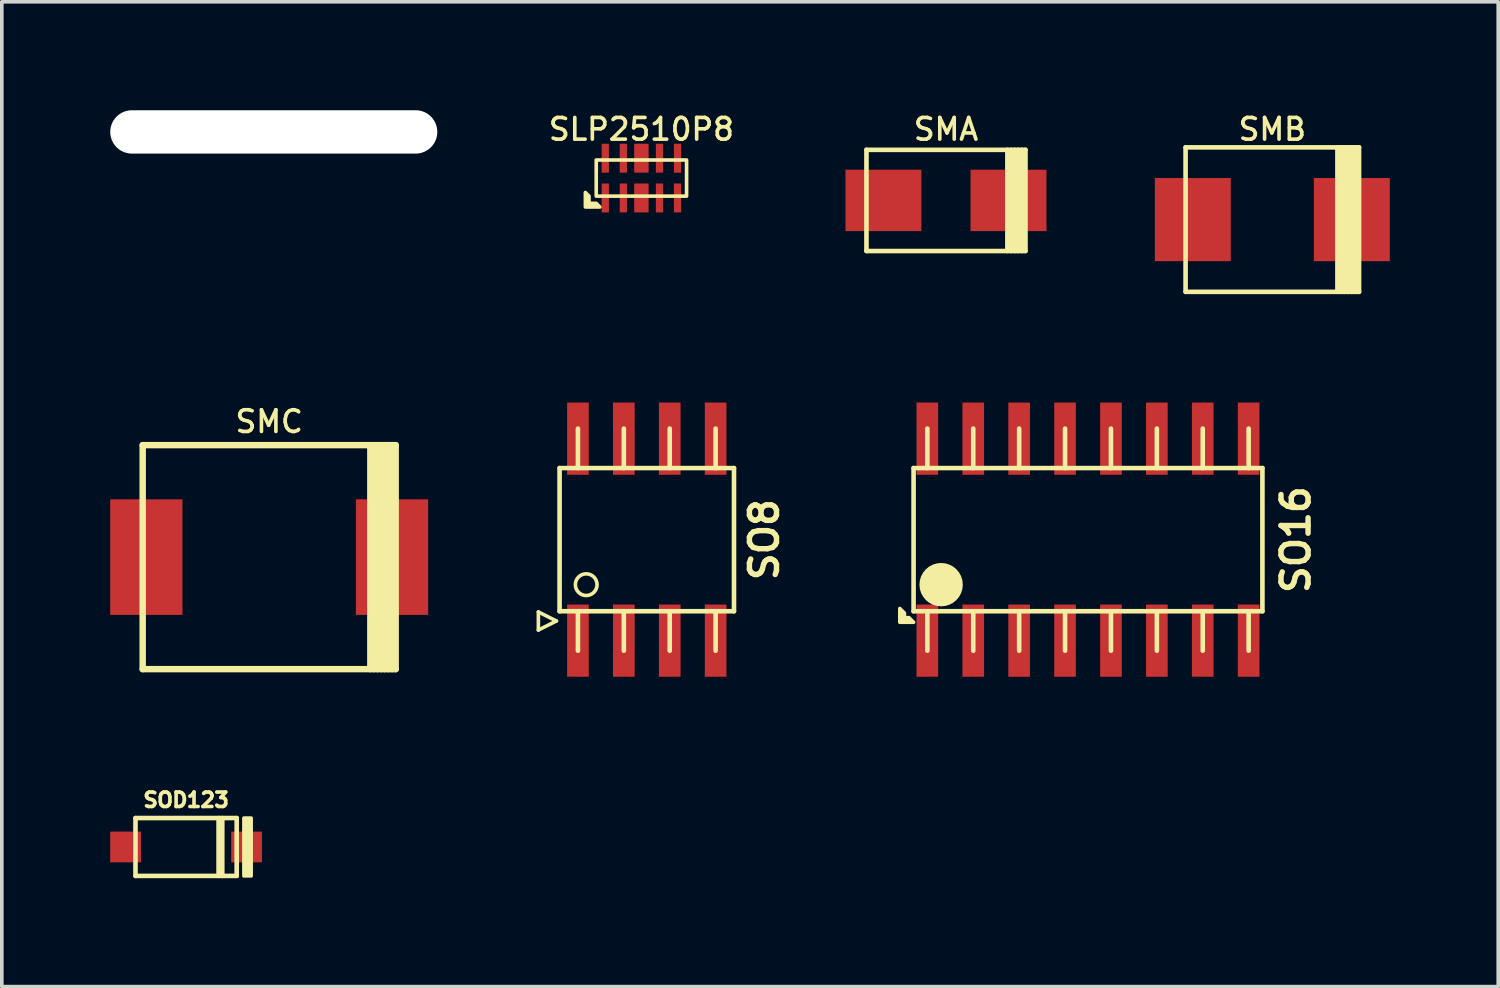
<source format=kicad_pcb>
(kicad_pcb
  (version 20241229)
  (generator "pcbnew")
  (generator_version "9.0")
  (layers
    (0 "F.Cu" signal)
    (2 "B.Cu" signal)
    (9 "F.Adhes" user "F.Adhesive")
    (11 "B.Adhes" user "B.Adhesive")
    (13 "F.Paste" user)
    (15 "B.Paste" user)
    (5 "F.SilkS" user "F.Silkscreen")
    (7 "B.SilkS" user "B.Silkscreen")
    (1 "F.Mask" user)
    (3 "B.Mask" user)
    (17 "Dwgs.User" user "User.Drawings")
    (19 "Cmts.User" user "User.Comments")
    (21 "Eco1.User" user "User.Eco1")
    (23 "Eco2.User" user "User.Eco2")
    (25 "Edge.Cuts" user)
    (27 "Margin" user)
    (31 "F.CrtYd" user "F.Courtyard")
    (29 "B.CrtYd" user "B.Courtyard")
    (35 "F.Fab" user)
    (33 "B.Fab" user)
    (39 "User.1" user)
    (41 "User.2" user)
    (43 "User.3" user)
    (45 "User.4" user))
  (footprint "SLOT"
    (layer "F.Cu")
    (at 4.525 0.6)
    (property "Reference" "SLOT" (at 2.5 0 0) (layer "F.SilkS") (effects (font (size 0.6 0.6) (thickness 0.1))))
    (attr through_hole)
    (pad "" np_thru_hole oval (at 0 0) (size 9.05 1.2) (drill oval 9.05 1.2) (layers "*.Cu" "*.Mask")))
  (footprint "SMB"
    (layer "F.Cu")
    (at 32.154 3.026)
    (property "Reference" "SMB" (at 0 -2.499 0) (layer "F.SilkS") (effects (font (size 0.6 0.6) (thickness 0.1))))
    (attr smd)
    (fp_line (start -2.4 -1.999) (end 2.4 -1.999) (stroke (width 0.127) (type solid)) (layer "F.SilkS"))
    (fp_line (start -2.4 1.999) (end -2.4 -1.999) (stroke (width 0.127) (type solid)) (layer "F.SilkS"))
    (fp_line (start 1.801 -1.999) (end 1.801 1.999) (stroke (width 0.127) (type solid)) (layer "F.SilkS"))
    (fp_line (start 1.9 -1.999) (end 1.9 1.999) (stroke (width 0.127) (type solid)) (layer "F.SilkS"))
    (fp_line (start 1.999 1.999) (end 1.999 -1.999) (stroke (width 0.127) (type solid)) (layer "F.SilkS"))
    (fp_line (start 2.101 -1.999) (end 2.101 1.999) (stroke (width 0.127) (type solid)) (layer "F.SilkS"))
    (fp_line (start 2.2 1.999) (end 2.2 -1.999) (stroke (width 0.127) (type solid)) (layer "F.SilkS"))
    (fp_line (start 2.301 -1.999) (end 2.301 1.999) (stroke (width 0.127) (type solid)) (layer "F.SilkS"))
    (fp_line (start 2.4 -1.999) (end 2.4 1.999) (stroke (width 0.127) (type solid)) (layer "F.SilkS"))
    (fp_line (start 2.4 1.999) (end -2.4 1.999) (stroke (width 0.127) (type solid)) (layer "F.SilkS"))
    (pad "1" smd rect (at 2.2 0) (size 2.1 2.301) (layers "F.Cu" "F.Mask" "F.Paste"))
    (pad "2" smd rect (at -2.2 0) (size 2.1 2.301) (layers "F.Cu" "F.Mask" "F.Paste")))
  (footprint "SO8"
    (layer "F.Cu")
    (at 14.846 11.882)
    (property "Reference" "SO8" (at 3.25 0 90) (layer "F.SilkS") (effects (font (size 0.749 0.749) (thickness 0.15))))
    (attr smd)
    (fp_line (start -3 2) (end -3 2.5) (stroke (width 0.1) (type default)) (layer "F.SilkS"))
    (fp_line (start -3 2.5) (end -2.5 2.25) (stroke (width 0.1) (type default)) (layer "F.SilkS"))
    (fp_line (start -2.5 2.25) (end -3 2) (stroke (width 0.1) (type default)) (layer "F.SilkS"))
    (fp_line (start -2.413 -1.981) (end -2.413 1.981) (stroke (width 0.127) (type solid)) (layer "F.SilkS"))
    (fp_line (start -2.413 1.981) (end 2.413 1.981) (stroke (width 0.127) (type solid)) (layer "F.SilkS"))
    (fp_line (start -1.905 -1.981) (end -1.905 -3.073) (stroke (width 0.127) (type solid)) (layer "F.SilkS"))
    (fp_line (start -1.905 3.073) (end -1.905 1.981) (stroke (width 0.127) (type solid)) (layer "F.SilkS"))
    (fp_line (start -0.635 -1.981) (end -0.635 -3.073) (stroke (width 0.127) (type solid)) (layer "F.SilkS"))
    (fp_line (start -0.635 3.073) (end -0.635 1.981) (stroke (width 0.127) (type solid)) (layer "F.SilkS"))
    (fp_line (start 0.635 -1.981) (end 0.635 -3.073) (stroke (width 0.127) (type solid)) (layer "F.SilkS"))
    (fp_line (start 0.635 3.073) (end 0.635 1.981) (stroke (width 0.127) (type solid)) (layer "F.SilkS"))
    (fp_line (start 1.905 -3.073) (end 1.905 -1.981) (stroke (width 0.127) (type solid)) (layer "F.SilkS"))
    (fp_line (start 1.905 1.981) (end 1.905 3.073) (stroke (width 0.127) (type solid)) (layer "F.SilkS"))
    (fp_line (start 2.413 -1.981) (end -2.413 -1.981) (stroke (width 0.127) (type solid)) (layer "F.SilkS"))
    (fp_line (start 2.413 1.981) (end 2.413 -1.981) (stroke (width 0.127) (type solid)) (layer "F.SilkS"))
    (fp_circle (center -1.676 1.245) (end -1.376 1.245) (stroke (width 0.1) (type solid)) (fill no) (layer "F.SilkS"))
    (pad "1" smd rect (at -1.905 2.794) (size 0.599 1.999) (layers "F.Cu" "F.Mask" "F.Paste"))
    (pad "2" smd rect (at -0.635 2.794) (size 0.599 1.999) (layers "F.Cu" "F.Mask" "F.Paste"))
    (pad "3" smd rect (at 0.635 2.794) (size 0.599 1.999) (layers "F.Cu" "F.Mask" "F.Paste"))
    (pad "4" smd rect (at 1.905 2.794) (size 0.599 1.999) (layers "F.Cu" "F.Mask" "F.Paste"))
    (pad "5" smd rect (at 1.905 -2.794) (size 0.599 1.999) (layers "F.Cu" "F.Mask" "F.Paste"))
    (pad "6" smd rect (at 0.635 -2.794) (size 0.599 1.999) (layers "F.Cu" "F.Mask" "F.Paste"))
    (pad "7" smd rect (at -0.635 -2.794) (size 0.599 1.999) (layers "F.Cu" "F.Mask" "F.Paste"))
    (pad "8" smd rect (at -1.905 -2.794) (size 0.599 1.999) (layers "F.Cu" "F.Mask" "F.Paste")))
  (footprint "SO16"
    (layer "F.Cu")
    (at 27.054 11.882)
    (property "Reference" "SO16" (at 5.75 0 90) (layer "F.SilkS") (effects (font (size 0.749 0.749) (thickness 0.15))))
    (attr smd)
    (fp_line (start -4.826 -1.981) (end -4.826 1.981) (stroke (width 0.127) (type solid)) (layer "F.SilkS"))
    (fp_line (start -4.826 1.981) (end 4.826 1.981) (stroke (width 0.127) (type solid)) (layer "F.SilkS"))
    (fp_line (start -4.445 -3.073) (end -4.445 -1.981) (stroke (width 0.127) (type solid)) (layer "F.SilkS"))
    (fp_line (start -4.445 1.981) (end -4.445 3.073) (stroke (width 0.127) (type solid)) (layer "F.SilkS"))
    (fp_line (start -3.175 -1.981) (end -3.175 -3.073) (stroke (width 0.127) (type solid)) (layer "F.SilkS"))
    (fp_line (start -3.175 3.073) (end -3.175 1.981) (stroke (width 0.127) (type solid)) (layer "F.SilkS"))
    (fp_line (start -1.905 -1.981) (end -1.905 -3.073) (stroke (width 0.127) (type solid)) (layer "F.SilkS"))
    (fp_line (start -1.905 3.073) (end -1.905 1.981) (stroke (width 0.127) (type solid)) (layer "F.SilkS"))
    (fp_line (start -0.635 -1.981) (end -0.635 -3.073) (stroke (width 0.127) (type solid)) (layer "F.SilkS"))
    (fp_line (start -0.635 3.073) (end -0.635 1.981) (stroke (width 0.127) (type solid)) (layer "F.SilkS"))
    (fp_line (start 0.635 -1.981) (end 0.635 -3.073) (stroke (width 0.127) (type solid)) (layer "F.SilkS"))
    (fp_line (start 0.635 3.073) (end 0.635 1.981) (stroke (width 0.127) (type solid)) (layer "F.SilkS"))
    (fp_line (start 1.905 -3.073) (end 1.905 -1.981) (stroke (width 0.127) (type solid)) (layer "F.SilkS"))
    (fp_line (start 1.905 1.981) (end 1.905 3.073) (stroke (width 0.127) (type solid)) (layer "F.SilkS"))
    (fp_line (start 3.175 -3.073) (end 3.175 -1.981) (stroke (width 0.127) (type solid)) (layer "F.SilkS"))
    (fp_line (start 3.175 1.981) (end 3.175 3.073) (stroke (width 0.127) (type solid)) (layer "F.SilkS"))
    (fp_line (start 4.445 -3.073) (end 4.445 -1.981) (stroke (width 0.127) (type solid)) (layer "F.SilkS"))
    (fp_line (start 4.445 1.981) (end 4.445 3.073) (stroke (width 0.127) (type solid)) (layer "F.SilkS"))
    (fp_line (start 4.826 -1.981) (end -4.826 -1.981) (stroke (width 0.127) (type solid)) (layer "F.SilkS"))
    (fp_line (start 4.826 1.981) (end 4.826 -1.981) (stroke (width 0.127) (type solid)) (layer "F.SilkS"))
    (fp_circle (center -4.064 1.245) (end -3.764 1.245) (stroke (width 0.6) (type solid)) (fill no) (layer "F.SilkS"))
    (fp_poly (pts (xy -5.08 2.032) (xy -5.08 2.159) (xy -4.953 2.159) (xy -4.826 2.286) (xy -5.207 2.286) (xy -5.207 1.905)) (stroke (width 0.1) (type solid)) (fill yes) (layer "F.SilkS"))
    (pad "1" smd rect (at -4.445 2.794) (size 0.599 1.999) (layers "F.Cu" "F.Mask" "F.Paste"))
    (pad "2" smd rect (at -3.175 2.794) (size 0.599 1.999) (layers "F.Cu" "F.Mask" "F.Paste"))
    (pad "3" smd rect (at -1.905 2.794) (size 0.599 1.999) (layers "F.Cu" "F.Mask" "F.Paste"))
    (pad "4" smd rect (at -0.635 2.794) (size 0.599 1.999) (layers "F.Cu" "F.Mask" "F.Paste"))
    (pad "5" smd rect (at 0.635 2.794) (size 0.599 1.999) (layers "F.Cu" "F.Mask" "F.Paste"))
    (pad "6" smd rect (at 1.905 2.794) (size 0.599 1.999) (layers "F.Cu" "F.Mask" "F.Paste"))
    (pad "7" smd rect (at 3.175 2.794) (size 0.599 1.999) (layers "F.Cu" "F.Mask" "F.Paste"))
    (pad "8" smd rect (at 4.445 2.794) (size 0.599 1.999) (layers "F.Cu" "F.Mask" "F.Paste"))
    (pad "9" smd rect (at 4.445 -2.794) (size 0.599 1.999) (layers "F.Cu" "F.Mask" "F.Paste"))
    (pad "10" smd rect (at 3.175 -2.794) (size 0.599 1.999) (layers "F.Cu" "F.Mask" "F.Paste"))
    (pad "11" smd rect (at 1.905 -2.794) (size 0.599 1.999) (layers "F.Cu" "F.Mask" "F.Paste"))
    (pad "12" smd rect (at 0.635 -2.794) (size 0.599 1.999) (layers "F.Cu" "F.Mask" "F.Paste"))
    (pad "13" smd rect (at -0.635 -2.794) (size 0.599 1.999) (layers "F.Cu" "F.Mask" "F.Paste"))
    (pad "14" smd rect (at -1.905 -2.794) (size 0.599 1.999) (layers "F.Cu" "F.Mask" "F.Paste"))
    (pad "15" smd rect (at -3.175 -2.794) (size 0.599 1.999) (layers "F.Cu" "F.Mask" "F.Paste"))
    (pad "16" smd rect (at -4.445 -2.794) (size 0.599 1.999) (layers "F.Cu" "F.Mask" "F.Paste")))
  (footprint "SLP2510P8"
    (layer "F.Cu")
    (at 14.697 1.877)
    (property "Reference" "SLP2510P8" (at 0 -1.35 0) (unlocked yes) (layer "F.SilkS") (effects (font (size 0.6 0.6) (thickness 0.1))))
    (attr smd)
    (fp_rect (start -1.25 -0.5) (end 1.25 0.5) (stroke (width 0.1) (type solid)) (fill no) (layer "F.SilkS"))
    (fp_poly (pts (xy -1.45 0.5) (xy -1.45 0.7) (xy -1.25 0.7) (xy -1.15 0.8) (xy -1.55 0.8) (xy -1.55 0.4)) (stroke (width 0.1) (type solid)) (fill yes) (layer "F.SilkS"))
    (pad "1" smd rect (at -1 0.55) (size 0.2 0.8) (layers "F.Cu" "F.Mask" "F.Paste"))
    (pad "2" smd rect (at -0.5 0.55) (size 0.2 0.8) (layers "F.Cu" "F.Mask" "F.Paste"))
    (pad "3" smd rect (at 0 0.55) (size 0.4 0.8) (layers "F.Cu" "F.Mask" "F.Paste"))
    (pad "4" smd rect (at 0.5 0.55) (size 0.2 0.8) (layers "F.Cu" "F.Mask" "F.Paste"))
    (pad "5" smd rect (at 1 0.55) (size 0.2 0.8) (layers "F.Cu" "F.Mask" "F.Paste"))
    (pad "6" smd rect (at 1 -0.55) (size 0.2 0.8) (layers "F.Cu" "F.Mask" "F.Paste"))
    (pad "7" smd rect (at 0.5 -0.55) (size 0.2 0.8) (layers "F.Cu" "F.Mask" "F.Paste"))
    (pad "8" smd rect (at 0 -0.55) (size 0.4 0.8) (layers "F.Cu" "F.Mask" "F.Paste"))
    (pad "9" smd rect (at -0.5 -0.55) (size 0.2 0.8) (layers "F.Cu" "F.Mask" "F.Paste"))
    (pad "10" smd rect (at -1 -0.55) (size 0.2 0.8) (layers "F.Cu" "F.Mask" "F.Paste")))
  (footprint "SMA"
    (layer "F.Cu")
    (at 23.124 2.495)
    (property "Reference" "SMA" (at 0 -1.968 0) (layer "F.SilkS") (effects (font (size 0.6 0.6) (thickness 0.1))))
    (attr smd)
    (fp_line (start -2.2 -1.4) (end -2.2 1.4) (stroke (width 0.127) (type solid)) (layer "F.SilkS"))
    (fp_line (start -2.2 1.4) (end 2.2 1.4) (stroke (width 0.127) (type solid)) (layer "F.SilkS"))
    (fp_line (start 1.699 -1.4) (end 1.699 1.4) (stroke (width 0.127) (type solid)) (layer "F.SilkS"))
    (fp_line (start 1.801 -1.4) (end 1.801 1.4) (stroke (width 0.127) (type solid)) (layer "F.SilkS"))
    (fp_line (start 1.9 1.4) (end 1.9 -1.4) (stroke (width 0.127) (type solid)) (layer "F.SilkS"))
    (fp_line (start 1.999 -1.4) (end 1.999 1.4) (stroke (width 0.127) (type solid)) (layer "F.SilkS"))
    (fp_line (start 2.101 1.4) (end 2.101 -1.4) (stroke (width 0.127) (type solid)) (layer "F.SilkS"))
    (fp_line (start 2.2 -1.4) (end -2.2 -1.4) (stroke (width 0.127) (type solid)) (layer "F.SilkS"))
    (fp_line (start 2.2 1.4) (end 2.2 -1.4) (stroke (width 0.127) (type solid)) (layer "F.SilkS"))
    (pad "1" smd rect (at 1.73 0) (size 2.101 1.699) (layers "F.Cu" "F.Mask" "F.Paste"))
    (pad "2" smd rect (at -1.73 0) (size 2.101 1.699) (layers "F.Cu" "F.Mask" "F.Paste")))
  (footprint "SMC"
    (layer "F.Cu")
    (at 4.398 12.365)
    (property "Reference" "SMC" (at 0 -3.75 0) (layer "F.SilkS") (effects (font (size 0.6 0.6) (thickness 0.1))))
    (attr smd)
    (fp_line (start -3.5 3.099) (end -3.5 -3.099) (stroke (width 0.178) (type solid)) (layer "F.SilkS"))
    (fp_line (start -3.498 -3.099) (end 3.498 -3.099) (stroke (width 0.178) (type solid)) (layer "F.SilkS"))
    (fp_line (start 2.799 -3.099) (end 2.799 3.099) (stroke (width 0.178) (type solid)) (layer "F.SilkS"))
    (fp_line (start 2.901 3.099) (end 2.901 -3.099) (stroke (width 0.178) (type solid)) (layer "F.SilkS"))
    (fp_line (start 3 -3.099) (end 3 3.099) (stroke (width 0.178) (type solid)) (layer "F.SilkS"))
    (fp_line (start 3.099 3.099) (end 3.099 -3.099) (stroke (width 0.178) (type solid)) (layer "F.SilkS"))
    (fp_line (start 3.2 -3.099) (end 3.2 3.099) (stroke (width 0.178) (type solid)) (layer "F.SilkS"))
    (fp_line (start 3.299 3.099) (end 3.299 -3.099) (stroke (width 0.178) (type solid)) (layer "F.SilkS"))
    (fp_line (start 3.401 -3.099) (end 3.401 3.099) (stroke (width 0.178) (type solid)) (layer "F.SilkS"))
    (fp_line (start 3.5 -3.099) (end 3.5 3.099) (stroke (width 0.178) (type solid)) (layer "F.SilkS"))
    (fp_line (start 3.5 3.099) (end -3.5 3.099) (stroke (width 0.178) (type solid)) (layer "F.SilkS"))
    (pad "1" smd rect (at 3.399 0) (size 1.999 3.198) (layers "F.Cu" "F.Mask" "F.Paste"))
    (pad "2" smd rect (at -3.399 0) (size 1.999 3.198) (layers "F.Cu" "F.Mask" "F.Paste")))
  (footprint "SOD123"
    (layer "F.Cu")
    (at 2.099 20.385)
    (property "Reference" "SOD123" (at 0 -1.3 0) (layer "F.SilkS") (effects (font (size 0.4 0.4) (thickness 0.1))))
    (attr smd)
    (fp_line (start -1.4 -0.8) (end 1.4 -0.8) (stroke (width 0.127) (type solid)) (layer "F.SilkS"))
    (fp_line (start -1.4 0.8) (end -1.4 -0.8) (stroke (width 0.127) (type solid)) (layer "F.SilkS"))
    (fp_line (start 0.899 0.8) (end 0.899 -0.8) (stroke (width 0.127) (type solid)) (layer "F.SilkS"))
    (fp_line (start 1.001 -0.8) (end 1.001 0.8) (stroke (width 0.127) (type solid)) (layer "F.SilkS"))
    (fp_line (start 1.4 -0.8) (end 1.4 0.8) (stroke (width 0.127) (type solid)) (layer "F.SilkS"))
    (fp_line (start 1.4 0.8) (end -1.4 0.8) (stroke (width 0.127) (type solid)) (layer "F.SilkS"))
    (fp_rect (start 1.6 -0.8) (end 1.8 0.8) (stroke (width 0.1) (type solid)) (fill yes) (layer "F.SilkS"))
    (pad "1" smd rect (at 1.674 0) (size 0.851 0.851) (layers "F.Cu" "F.Mask" "F.Paste"))
    (pad "2" smd rect (at -1.674 0) (size 0.851 0.851) (layers "F.Cu" "F.Mask" "F.Paste")))
  (gr_rect
    (start -3 -3)
    (end 38.404 24.249)
    (stroke (width 0.1) (type default))
    (fill no)
    (layer "Edge.Cuts")))
</source>
